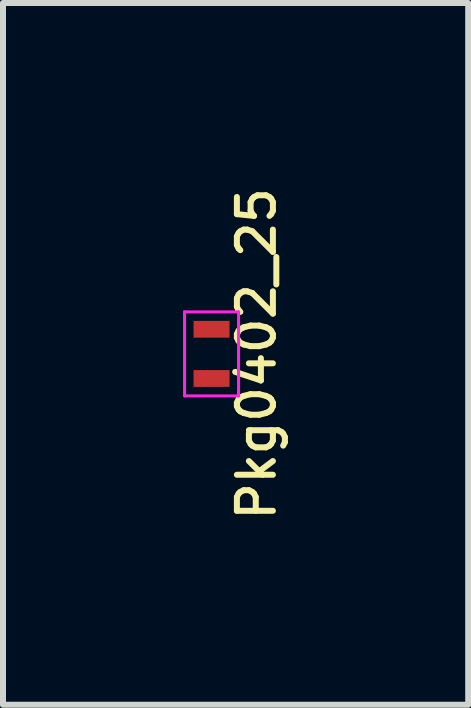
<source format=kicad_pcb>
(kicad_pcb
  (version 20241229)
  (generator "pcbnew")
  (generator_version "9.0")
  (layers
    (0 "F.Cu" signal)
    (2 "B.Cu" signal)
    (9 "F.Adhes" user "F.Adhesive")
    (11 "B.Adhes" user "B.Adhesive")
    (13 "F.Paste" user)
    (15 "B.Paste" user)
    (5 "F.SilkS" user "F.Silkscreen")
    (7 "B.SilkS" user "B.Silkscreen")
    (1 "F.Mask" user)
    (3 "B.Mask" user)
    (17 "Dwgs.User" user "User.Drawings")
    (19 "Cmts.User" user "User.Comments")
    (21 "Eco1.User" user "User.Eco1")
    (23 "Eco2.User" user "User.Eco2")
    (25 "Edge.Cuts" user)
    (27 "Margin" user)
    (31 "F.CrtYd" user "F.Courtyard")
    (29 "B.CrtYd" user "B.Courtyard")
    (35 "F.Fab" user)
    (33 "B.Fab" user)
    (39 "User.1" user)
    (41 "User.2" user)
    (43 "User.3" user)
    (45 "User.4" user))
  (footprint "Pkg0402_25"
    (layer "F.Cu")
    (at 0.475 2.847)
    (property "Reference" "Pkg0402_25" (at 0.75 0 90) (layer "F.SilkS") (effects (font (size 0.6 0.6) (thickness 0.1))))
    (fp_line (start -0.45 -0.7) (end -0.45 0.7) (stroke (width 0.05) (type solid)) (layer "F.CrtYd"))
    (fp_line (start -0.45 0.7) (end 0.45 0.7) (stroke (width 0.05) (type solid)) (layer "F.CrtYd"))
    (fp_line (start 0.45 -0.7) (end -0.45 -0.7) (stroke (width 0.05) (type solid)) (layer "F.CrtYd"))
    (fp_line (start 0.45 0.7) (end 0.45 -0.7) (stroke (width 0.05) (type solid)) (layer "F.CrtYd"))
    (pad "1" smd rect (at 0 0.41) (size 0.6 0.28) (layers "F.Cu" "F.Mask" "F.Paste"))
    (pad "2" smd rect (at 0 -0.41) (size 0.6 0.28) (layers "F.Cu" "F.Mask" "F.Paste")))
  (gr_rect
    (start -3 -3)
    (end 4.752 8.694)
    (stroke (width 0.1) (type default))
    (fill no)
    (layer "Edge.Cuts")))
</source>
